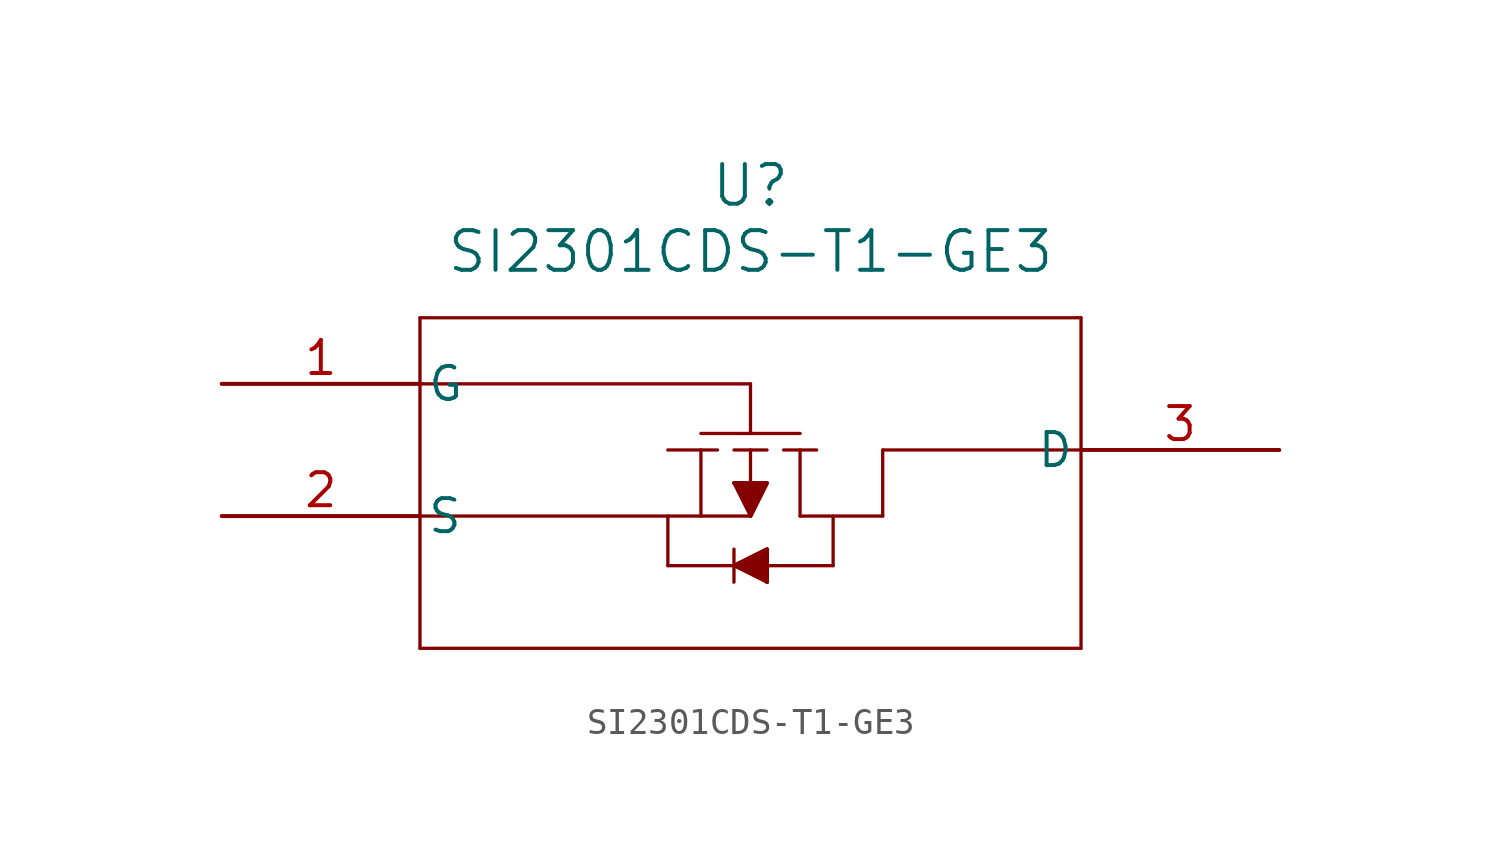
<source format=kicad_sym>
(kicad_symbol_lib
  (version 20211014)
  (generator kicad_symbol_editor)
  (symbol "SI2301CDS-T1-GE3"
    (pin_names
      (offset 0.254))
    (property "Reference" "U"
      (at 20.32 7.62 0)
      (effects (font (size 1.524 1.524))))
    (property "Value" "SI2301CDS-T1-GE3"
      (at 20.32 5.08 0)
      (effects (font (size 1.524 1.524))))
    (symbol "SI2301CDS-T1-GE3_0_1"
      (polyline (pts (xy 7.62 2.54) (xy 7.62 -10.16)) (stroke (width 0.127) (type default) (color 0 0 0 0)) (fill (type none)))
      (polyline (pts (xy 7.62 -10.16) (xy 33.02 -10.16)) (stroke (width 0.127) (type default) (color 0 0 0 0)) (fill (type none)))
      (polyline (pts (xy 33.02 -10.16) (xy 33.02 2.54)) (stroke (width 0.127) (type default) (color 0 0 0 0)) (fill (type none)))
      (polyline (pts (xy 33.02 2.54) (xy 7.62 2.54)) (stroke (width 0.127) (type default) (color 0 0 0 0)) (fill (type none)))
      (polyline (pts (xy 20.32 -2.54) (xy 20.32 -5.08)) (stroke (width 0.127) (type default) (color 0 0 0 0)) (fill (type none)))
      (polyline (pts (xy 19.685 -2.54) (xy 20.955 -2.54)) (stroke (width 0.127) (type default) (color 0 0 0 0)) (fill (type none)))
      (polyline (pts (xy 21.59 -2.54) (xy 22.86 -2.54)) (stroke (width 0.127) (type default) (color 0 0 0 0)) (fill (type none)))
      (polyline (pts (xy 19.05 -2.54) (xy 17.145 -2.54)) (stroke (width 0.127) (type default) (color 0 0 0 0)) (fill (type none)))
      (polyline (pts (xy 18.415 -1.905) (xy 22.225 -1.905)) (stroke (width 0.127) (type default) (color 0 0 0 0)) (fill (type none)))
      (polyline (pts (xy 20.32 -1.905) (xy 20.32 0)) (stroke (width 0.127) (type default) (color 0 0 0 0)) (fill (type none)))
      (polyline (pts (xy 20.32 0) (xy 7.62 0)) (stroke (width 0.127) (type default) (color 0 0 0 0)) (fill (type none)))
      (polyline (pts (xy 18.415 -2.54) (xy 18.415 -5.08)) (stroke (width 0.127) (type default) (color 0 0 0 0)) (fill (type none)))
      (polyline (pts (xy 22.225 -2.54) (xy 22.225 -5.08)) (stroke (width 0.127) (type default) (color 0 0 0 0)) (fill (type none)))
      (polyline (pts (xy 20.32 -5.08) (xy 7.62 -5.08)) (stroke (width 0.127) (type default) (color 0 0 0 0)) (fill (type none)))
      (polyline (pts (xy 17.145 -5.08) (xy 17.145 -6.985)) (stroke (width 0.127) (type default) (color 0 0 0 0)) (fill (type none)))
      (polyline (pts (xy 17.145 -6.985) (xy 23.495 -6.985)) (stroke (width 0.127) (type default) (color 0 0 0 0)) (fill (type none)))
      (polyline (pts (xy 22.225 -5.08) (xy 25.4 -5.08)) (stroke (width 0.127) (type default) (color 0 0 0 0)) (fill (type none)))
      (polyline (pts (xy 25.4 -5.08) (xy 25.4 -2.54)) (stroke (width 0.127) (type default) (color 0 0 0 0)) (fill (type none)))
      (polyline (pts (xy 25.4 -2.54) (xy 33.02 -2.54)) (stroke (width 0.127) (type default) (color 0 0 0 0)) (fill (type none)))
      (polyline (pts (xy 23.495 -5.08) (xy 23.495 -6.985)) (stroke (width 0.127) (type default) (color 0 0 0 0)) (fill (type none)))
      (polyline (pts (xy 20.32 -5.08) (xy 20.955 -3.81)) (stroke (width 0.127) (type default) (color 0 0 0 0)) (fill (type none)))
      (polyline (pts (xy 20.32 -5.08) (xy 19.685 -3.81)) (stroke (width 0.127) (type default) (color 0 0 0 0)) (fill (type none)))
      (polyline (pts (xy 19.685 -3.81) (xy 20.955 -3.81)) (stroke (width 0.127) (type default) (color 0 0 0 0)) (fill (type none)))
      (polyline (pts (xy 19.685 -6.985) (xy 20.955 -6.35)) (stroke (width 0.127) (type default) (color 0 0 0 0)) (fill (type none)))
      (polyline (pts (xy 20.955 -6.35) (xy 20.955 -7.62)) (stroke (width 0.127) (type default) (color 0 0 0 0)) (fill (type none)))
      (polyline (pts (xy 20.955 -7.62) (xy 19.685 -6.985)) (stroke (width 0.127) (type default) (color 0 0 0 0)) (fill (type none)))
      (polyline (pts (xy 19.685 -6.35) (xy 19.685 -7.62)) (stroke (width 0.127) (type default) (color 0 0 0 0)) (fill (type none)))
      (polyline (pts (xy 19.685 -3.81) (xy 20.955 -3.81) (xy 20.32 -5.08)) (stroke (width 0) (type default) (color 0 0 0 0)) (fill (type outline)))
      (polyline (pts (xy 19.685 -6.985) (xy 20.955 -6.35) (xy 20.955 -7.62)) (stroke (width 0) (type default) (color 0 0 0 0)) (fill (type outline)))
      (pin unspecified line (at 0 0 0) (length 7.62) (name "G" (effects (font (size 1.27 1.27)))) (number "1" (effects (font (size 1.27 1.27)))))
      (pin unspecified line (at 0 -5.08 0) (length 7.62) (name "S" (effects (font (size 1.27 1.27)))) (number "2" (effects (font (size 1.27 1.27)))))
      (pin unspecified line (at 40.64 -2.54 180) (length 7.62) (name "D" (effects (font (size 1.27 1.27)))) (number "3" (effects (font (size 1.27 1.27))))))))
</source>
